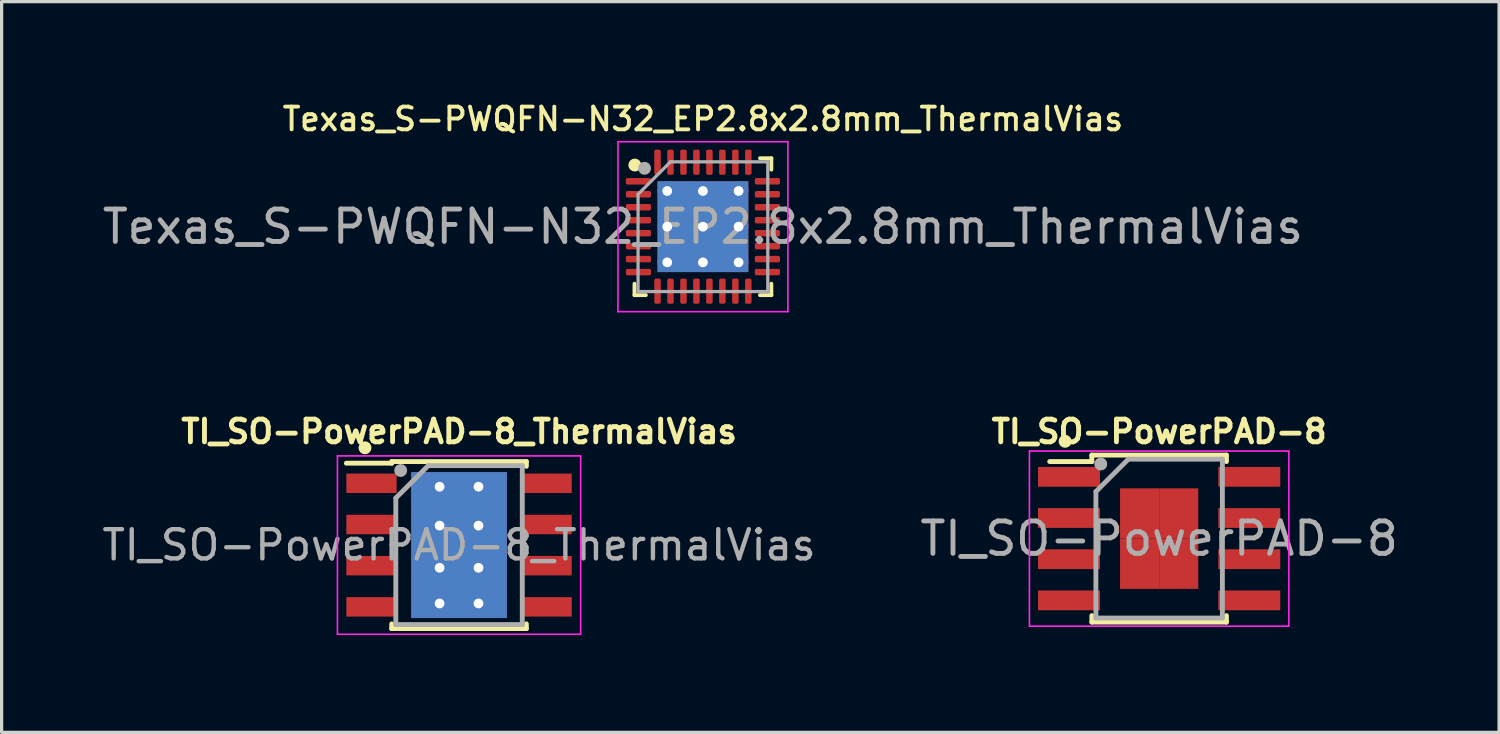
<source format=kicad_pcb>
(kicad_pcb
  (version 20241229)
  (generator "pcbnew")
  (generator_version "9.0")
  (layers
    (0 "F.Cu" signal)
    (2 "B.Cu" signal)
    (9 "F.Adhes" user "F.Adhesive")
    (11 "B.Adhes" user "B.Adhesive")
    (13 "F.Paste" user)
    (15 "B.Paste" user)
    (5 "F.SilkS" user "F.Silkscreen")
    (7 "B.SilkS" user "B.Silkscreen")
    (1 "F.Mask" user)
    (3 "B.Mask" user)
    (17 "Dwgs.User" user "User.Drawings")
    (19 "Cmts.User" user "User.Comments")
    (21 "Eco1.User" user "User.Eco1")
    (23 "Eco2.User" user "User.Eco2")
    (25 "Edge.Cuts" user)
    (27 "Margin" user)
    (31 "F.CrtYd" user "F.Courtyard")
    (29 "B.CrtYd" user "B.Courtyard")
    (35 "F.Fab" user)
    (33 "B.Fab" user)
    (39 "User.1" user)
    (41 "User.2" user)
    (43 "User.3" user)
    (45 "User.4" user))
  (footprint "TI_SO-PowerPAD-8"
    (layer "F.Cu")
    (at 32.693 13.558)
    (property "Reference" "TI_SO-PowerPAD-8" (at 0 -3.3 0) (layer "F.SilkS") (effects (font (size 0.7 0.7) (thickness 0.15))))
    (attr smd)
    (fp_line (start -2.075 -2.575) (end -2.075 -2.375) (stroke (width 0.15) (type solid)) (layer "F.SilkS"))
    (fp_line (start -2.075 -2.575) (end 2.075 -2.575) (stroke (width 0.15) (type solid)) (layer "F.SilkS"))
    (fp_line (start -2.075 -2.375) (end -3.375 -2.375) (stroke (width 0.15) (type solid)) (layer "F.SilkS"))
    (fp_line (start -2.075 2.575) (end -2.075 2.375) (stroke (width 0.15) (type solid)) (layer "F.SilkS"))
    (fp_line (start -2.075 2.575) (end 2.075 2.575) (stroke (width 0.15) (type solid)) (layer "F.SilkS"))
    (fp_line (start 2.075 -2.575) (end 2.075 -2.375) (stroke (width 0.15) (type solid)) (layer "F.SilkS"))
    (fp_line (start 2.075 2.575) (end 2.075 2.375) (stroke (width 0.15) (type solid)) (layer "F.SilkS"))
    (fp_circle (center -2.9 -3) (end -2.8 -3) (stroke (width 0.2) (type solid)) (fill no) (layer "F.SilkS"))
    (fp_line (start -4 -2.7) (end -4 2.7) (stroke (width 0.05) (type solid)) (layer "F.CrtYd"))
    (fp_line (start -4 -2.7) (end 4 -2.7) (stroke (width 0.05) (type solid)) (layer "F.CrtYd"))
    (fp_line (start -4 2.7) (end 4 2.7) (stroke (width 0.05) (type solid)) (layer "F.CrtYd"))
    (fp_line (start 4 -2.7) (end 4 2.7) (stroke (width 0.05) (type solid)) (layer "F.CrtYd"))
    (fp_line (start -1.95 -1.45) (end -0.95 -2.45) (stroke (width 0.15) (type solid)) (layer "F.Fab"))
    (fp_line (start -1.95 2.45) (end -1.95 -1.45) (stroke (width 0.15) (type solid)) (layer "F.Fab"))
    (fp_line (start -0.95 -2.45) (end 1.95 -2.45) (stroke (width 0.15) (type solid)) (layer "F.Fab"))
    (fp_line (start 1.95 -2.45) (end 1.95 2.45) (stroke (width 0.15) (type solid)) (layer "F.Fab"))
    (fp_line (start 1.95 2.45) (end -1.95 2.45) (stroke (width 0.15) (type solid)) (layer "F.Fab"))
    (fp_circle (center -1.8 -2.3) (end -1.7 -2.3) (stroke (width 0.2) (type solid)) (fill no) (layer "F.Fab"))
    (fp_text user "${REFERENCE}" (at 0 0 0) (layer "F.Fab") (effects (font (size 1 1) (thickness 0.15))))
    (pad "1" smd rect (at -2.78 -1.905) (size 1.91 0.61) (layers "F.Cu" "F.Mask" "F.Paste"))
    (pad "2" smd rect (at -2.78 -0.635) (size 1.91 0.61) (layers "F.Cu" "F.Mask" "F.Paste"))
    (pad "3" smd rect (at -2.78 0.635) (size 1.91 0.61) (layers "F.Cu" "F.Mask" "F.Paste"))
    (pad "4" smd rect (at -2.78 1.905) (size 1.91 0.61) (layers "F.Cu" "F.Mask" "F.Paste"))
    (pad "5" smd rect (at 2.78 1.905) (size 1.91 0.61) (layers "F.Cu" "F.Mask" "F.Paste"))
    (pad "6" smd rect (at 2.78 0.635) (size 1.91 0.61) (layers "F.Cu" "F.Mask" "F.Paste"))
    (pad "7" smd rect (at 2.78 -0.635) (size 1.91 0.61) (layers "F.Cu" "F.Mask" "F.Paste"))
    (pad "8" smd rect (at 2.78 -1.905) (size 1.91 0.61) (layers "F.Cu" "F.Mask" "F.Paste"))
    (pad "9" smd rect (at -0.603 -0.775) (size 1.205 1.55) (layers "F.Cu" "F.Mask" "F.Paste"))
    (pad "9" smd rect (at -0.603 0.775) (size 1.205 1.55) (layers "F.Cu" "F.Mask" "F.Paste"))
    (pad "9" smd rect (at 0.603 -0.775) (size 1.205 1.55) (layers "F.Cu" "F.Mask" "F.Paste"))
    (pad "9" smd rect (at 0.603 0.775) (size 1.205 1.55) (layers "F.Cu" "F.Mask" "F.Paste")))
  (footprint "Texas_S-PWQFN-N32_EP2.8x2.8mm_ThermalVias"
    (layer "F.Cu")
    (at 18.625 3.94)
    (property "Reference" "Texas_S-PWQFN-N32_EP2.8x2.8mm_ThermalVias" (at 0 -3.32 0) (layer "F.SilkS") (effects (font (size 0.7 0.7) (thickness 0.12))))
    (attr smd)
    (fp_line (start -2.11 2.11) (end -2.11 1.76) (stroke (width 0.12) (type solid)) (layer "F.SilkS"))
    (fp_line (start -1.76 2.11) (end -2.11 2.11) (stroke (width 0.12) (type solid)) (layer "F.SilkS"))
    (fp_line (start 1.76 -2.11) (end 2.11 -2.11) (stroke (width 0.12) (type solid)) (layer "F.SilkS"))
    (fp_line (start 1.76 2.11) (end 2.11 2.11) (stroke (width 0.12) (type solid)) (layer "F.SilkS"))
    (fp_line (start 2.11 -2.11) (end 2.11 -1.76) (stroke (width 0.12) (type solid)) (layer "F.SilkS"))
    (fp_line (start 2.11 2.11) (end 2.11 1.76) (stroke (width 0.12) (type solid)) (layer "F.SilkS"))
    (fp_circle (center -2.1 -1.9) (end -2 -1.9) (stroke (width 0.2) (type solid)) (fill no) (layer "F.SilkS"))
    (fp_line (start -2.62 -2.62) (end -2.62 2.62) (stroke (width 0.05) (type solid)) (layer "F.CrtYd"))
    (fp_line (start -2.62 2.62) (end 2.62 2.62) (stroke (width 0.05) (type solid)) (layer "F.CrtYd"))
    (fp_line (start 2.62 -2.62) (end -2.62 -2.62) (stroke (width 0.05) (type solid)) (layer "F.CrtYd"))
    (fp_line (start 2.62 2.62) (end 2.62 -2.62) (stroke (width 0.05) (type solid)) (layer "F.CrtYd"))
    (fp_line (start -2 -1) (end -1 -2) (stroke (width 0.1) (type solid)) (layer "F.Fab"))
    (fp_line (start -2 2) (end -2 -1) (stroke (width 0.1) (type solid)) (layer "F.Fab"))
    (fp_line (start -1 -2) (end 2 -2) (stroke (width 0.1) (type solid)) (layer "F.Fab"))
    (fp_line (start 2 -2) (end 2 2) (stroke (width 0.1) (type solid)) (layer "F.Fab"))
    (fp_line (start 2 2) (end -2 2) (stroke (width 0.1) (type solid)) (layer "F.Fab"))
    (fp_circle (center -1.8 -1.8) (end -1.7 -1.8) (stroke (width 0.2) (type solid)) (fill no) (layer "F.Fab"))
    (fp_text user "${REFERENCE}" (at 0 0 0) (layer "F.Fab") (effects (font (size 1 1) (thickness 0.15))))
    (pad "" smd roundrect (at -0.7 -0.7) (size 1.17 1.17) (layers "F.Paste") (roundrect_rratio 0.214))
    (pad "" smd roundrect (at -0.7 0.7) (size 1.17 1.17) (layers "F.Paste") (roundrect_rratio 0.214))
    (pad "" smd roundrect (at 0.7 -0.7) (size 1.17 1.17) (layers "F.Paste") (roundrect_rratio 0.214))
    (pad "" smd roundrect (at 0.7 0.7) (size 1.17 1.17) (layers "F.Paste") (roundrect_rratio 0.214))
    (pad "1" smd roundrect (at -1.988 -1.4) (size 0.775 0.2) (layers "F.Cu" "F.Mask" "F.Paste") (roundrect_rratio 0.25))
    (pad "2" smd roundrect (at -1.988 -1) (size 0.775 0.2) (layers "F.Cu" "F.Mask" "F.Paste") (roundrect_rratio 0.25))
    (pad "3" smd roundrect (at -1.988 -0.6) (size 0.775 0.2) (layers "F.Cu" "F.Mask" "F.Paste") (roundrect_rratio 0.25))
    (pad "4" smd roundrect (at -1.988 -0.2) (size 0.775 0.2) (layers "F.Cu" "F.Mask" "F.Paste") (roundrect_rratio 0.25))
    (pad "5" smd roundrect (at -1.988 0.2) (size 0.775 0.2) (layers "F.Cu" "F.Mask" "F.Paste") (roundrect_rratio 0.25))
    (pad "6" smd roundrect (at -1.988 0.6) (size 0.775 0.2) (layers "F.Cu" "F.Mask" "F.Paste") (roundrect_rratio 0.25))
    (pad "7" smd roundrect (at -1.988 1) (size 0.775 0.2) (layers "F.Cu" "F.Mask" "F.Paste") (roundrect_rratio 0.25))
    (pad "8" smd roundrect (at -1.988 1.4) (size 0.775 0.2) (layers "F.Cu" "F.Mask" "F.Paste") (roundrect_rratio 0.25))
    (pad "9" smd roundrect (at -1.4 1.988) (size 0.2 0.775) (layers "F.Cu" "F.Mask" "F.Paste") (roundrect_rratio 0.25))
    (pad "10" smd roundrect (at -1 1.988) (size 0.2 0.775) (layers "F.Cu" "F.Mask" "F.Paste") (roundrect_rratio 0.25))
    (pad "11" smd roundrect (at -0.6 1.988) (size 0.2 0.775) (layers "F.Cu" "F.Mask" "F.Paste") (roundrect_rratio 0.25))
    (pad "12" smd roundrect (at -0.2 1.988) (size 0.2 0.775) (layers "F.Cu" "F.Mask" "F.Paste") (roundrect_rratio 0.25))
    (pad "13" smd roundrect (at 0.2 1.988) (size 0.2 0.775) (layers "F.Cu" "F.Mask" "F.Paste") (roundrect_rratio 0.25))
    (pad "14" smd roundrect (at 0.6 1.988) (size 0.2 0.775) (layers "F.Cu" "F.Mask" "F.Paste") (roundrect_rratio 0.25))
    (pad "15" smd roundrect (at 1 1.988) (size 0.2 0.775) (layers "F.Cu" "F.Mask" "F.Paste") (roundrect_rratio 0.25))
    (pad "16" smd roundrect (at 1.4 1.988) (size 0.2 0.775) (layers "F.Cu" "F.Mask" "F.Paste") (roundrect_rratio 0.25))
    (pad "17" smd roundrect (at 1.988 1.4) (size 0.775 0.2) (layers "F.Cu" "F.Mask" "F.Paste") (roundrect_rratio 0.25))
    (pad "18" smd roundrect (at 1.988 1) (size 0.775 0.2) (layers "F.Cu" "F.Mask" "F.Paste") (roundrect_rratio 0.25))
    (pad "19" smd roundrect (at 1.988 0.6) (size 0.775 0.2) (layers "F.Cu" "F.Mask" "F.Paste") (roundrect_rratio 0.25))
    (pad "20" smd roundrect (at 1.988 0.2) (size 0.775 0.2) (layers "F.Cu" "F.Mask" "F.Paste") (roundrect_rratio 0.25))
    (pad "21" smd roundrect (at 1.988 -0.2) (size 0.775 0.2) (layers "F.Cu" "F.Mask" "F.Paste") (roundrect_rratio 0.25))
    (pad "22" smd roundrect (at 1.988 -0.6) (size 0.775 0.2) (layers "F.Cu" "F.Mask" "F.Paste") (roundrect_rratio 0.25))
    (pad "23" smd roundrect (at 1.988 -1) (size 0.775 0.2) (layers "F.Cu" "F.Mask" "F.Paste") (roundrect_rratio 0.25))
    (pad "24" smd roundrect (at 1.988 -1.4) (size 0.775 0.2) (layers "F.Cu" "F.Mask" "F.Paste") (roundrect_rratio 0.25))
    (pad "25" smd roundrect (at 1.4 -1.988) (size 0.2 0.775) (layers "F.Cu" "F.Mask" "F.Paste") (roundrect_rratio 0.25))
    (pad "26" smd roundrect (at 1 -1.988) (size 0.2 0.775) (layers "F.Cu" "F.Mask" "F.Paste") (roundrect_rratio 0.25))
    (pad "27" smd roundrect (at 0.6 -1.988) (size 0.2 0.775) (layers "F.Cu" "F.Mask" "F.Paste") (roundrect_rratio 0.25))
    (pad "28" smd roundrect (at 0.2 -1.988) (size 0.2 0.775) (layers "F.Cu" "F.Mask" "F.Paste") (roundrect_rratio 0.25))
    (pad "29" smd roundrect (at -0.2 -1.988) (size 0.2 0.775) (layers "F.Cu" "F.Mask" "F.Paste") (roundrect_rratio 0.25))
    (pad "30" smd roundrect (at -0.6 -1.988) (size 0.2 0.775) (layers "F.Cu" "F.Mask" "F.Paste") (roundrect_rratio 0.25))
    (pad "31" smd roundrect (at -1 -1.988) (size 0.2 0.775) (layers "F.Cu" "F.Mask" "F.Paste") (roundrect_rratio 0.25))
    (pad "32" smd roundrect (at -1.4 -1.988) (size 0.2 0.775) (layers "F.Cu" "F.Mask" "F.Paste") (roundrect_rratio 0.25))
    (pad "33" thru_hole circle (at -1.1 -1.1) (size 0.6 0.6) (drill 0.3) (layers "*.Cu"))
    (pad "33" thru_hole circle (at -1.1 0) (size 0.6 0.6) (drill 0.3) (layers "*.Cu"))
    (pad "33" thru_hole circle (at -1.1 1.1) (size 0.6 0.6) (drill 0.3) (layers "*.Cu"))
    (pad "33" thru_hole circle (at 0 -1.1) (size 0.6 0.6) (drill 0.3) (layers "*.Cu"))
    (pad "33" thru_hole circle (at 0 0) (size 0.6 0.6) (drill 0.3) (layers "*.Cu"))
    (pad "33" smd rect (at 0 0) (size 2.8 2.8) (layers "F.Cu" "F.Mask"))
    (pad "33" smd rect (at 0 0) (size 2.8 2.8) (layers "B.Cu"))
    (pad "33" thru_hole circle (at 0 1.1) (size 0.6 0.6) (drill 0.3) (layers "*.Cu"))
    (pad "33" thru_hole circle (at 1.1 -1.1) (size 0.6 0.6) (drill 0.3) (layers "*.Cu"))
    (pad "33" thru_hole circle (at 1.1 0) (size 0.6 0.6) (drill 0.3) (layers "*.Cu"))
    (pad "33" thru_hole circle (at 1.1 1.1) (size 0.6 0.6) (drill 0.3) (layers "*.Cu")))
  (footprint "TI_SO-PowerPAD-8_ThermalVias"
    (layer "F.Cu")
    (at 11.105 13.758)
    (property "Reference" "TI_SO-PowerPAD-8_ThermalVias" (at 0 -3.5 0) (layer "F.SilkS") (effects (font (size 0.7 0.7) (thickness 0.15))))
    (attr smd)
    (fp_line (start -2.075 -2.575) (end -2.075 -2.525) (stroke (width 0.15) (type solid)) (layer "F.SilkS"))
    (fp_line (start -2.075 -2.575) (end 2.075 -2.575) (stroke (width 0.15) (type solid)) (layer "F.SilkS"))
    (fp_line (start -2.075 -2.525) (end -3.475 -2.525) (stroke (width 0.15) (type solid)) (layer "F.SilkS"))
    (fp_line (start -2.075 2.575) (end -2.075 2.43) (stroke (width 0.15) (type solid)) (layer "F.SilkS"))
    (fp_line (start -2.075 2.575) (end 2.075 2.575) (stroke (width 0.15) (type solid)) (layer "F.SilkS"))
    (fp_line (start 2.075 -2.575) (end 2.075 -2.43) (stroke (width 0.15) (type solid)) (layer "F.SilkS"))
    (fp_line (start 2.075 2.575) (end 2.075 2.43) (stroke (width 0.15) (type solid)) (layer "F.SilkS"))
    (fp_circle (center -2.9 -3) (end -2.8 -3) (stroke (width 0.2) (type solid)) (fill no) (layer "F.SilkS"))
    (fp_line (start -3.75 -2.75) (end -3.75 2.75) (stroke (width 0.05) (type solid)) (layer "F.CrtYd"))
    (fp_line (start -3.75 -2.75) (end 3.75 -2.75) (stroke (width 0.05) (type solid)) (layer "F.CrtYd"))
    (fp_line (start -3.75 2.75) (end 3.75 2.75) (stroke (width 0.05) (type solid)) (layer "F.CrtYd"))
    (fp_line (start 3.75 -2.75) (end 3.75 2.75) (stroke (width 0.05) (type solid)) (layer "F.CrtYd"))
    (fp_line (start -1.95 -1.45) (end -0.95 -2.45) (stroke (width 0.15) (type solid)) (layer "F.Fab"))
    (fp_line (start -1.95 2.45) (end -1.95 -1.45) (stroke (width 0.15) (type solid)) (layer "F.Fab"))
    (fp_line (start -0.95 -2.45) (end 1.95 -2.45) (stroke (width 0.15) (type solid)) (layer "F.Fab"))
    (fp_line (start 1.95 -2.45) (end 1.95 2.45) (stroke (width 0.15) (type solid)) (layer "F.Fab"))
    (fp_line (start 1.95 2.45) (end -1.95 2.45) (stroke (width 0.15) (type solid)) (layer "F.Fab"))
    (fp_circle (center -1.8 -2.3) (end -1.7 -2.3) (stroke (width 0.2) (type solid)) (fill no) (layer "F.Fab"))
    (fp_text user "${REFERENCE}" (at 0 0 0) (layer "F.Fab") (effects (font (size 0.9 0.9) (thickness 0.135))))
    (pad "1" smd rect (at -2.7 -1.905) (size 1.55 0.6) (layers "F.Cu" "F.Mask" "F.Paste"))
    (pad "2" smd rect (at -2.7 -0.635) (size 1.55 0.6) (layers "F.Cu" "F.Mask" "F.Paste"))
    (pad "3" smd rect (at -2.7 0.635) (size 1.55 0.6) (layers "F.Cu" "F.Mask" "F.Paste"))
    (pad "4" smd rect (at -2.7 1.905) (size 1.55 0.6) (layers "F.Cu" "F.Mask" "F.Paste"))
    (pad "5" smd rect (at 2.7 1.905) (size 1.55 0.6) (layers "F.Cu" "F.Mask" "F.Paste"))
    (pad "6" smd rect (at 2.7 0.635) (size 1.55 0.6) (layers "F.Cu" "F.Mask" "F.Paste"))
    (pad "7" smd rect (at 2.7 -0.635) (size 1.55 0.6) (layers "F.Cu" "F.Mask" "F.Paste"))
    (pad "8" smd rect (at 2.7 -1.905) (size 1.55 0.6) (layers "F.Cu" "F.Mask" "F.Paste"))
    (pad "9" thru_hole circle (at -0.6 -1.8) (size 0.6 0.6) (drill 0.3) (layers "*.Cu"))
    (pad "9" thru_hole circle (at -0.6 -0.6) (size 0.6 0.6) (drill 0.3) (layers "*.Cu"))
    (pad "9" thru_hole circle (at -0.6 0.7) (size 0.6 0.6) (drill 0.3) (layers "*.Cu"))
    (pad "9" thru_hole circle (at -0.6 1.8) (size 0.6 0.6) (drill 0.3) (layers "*.Cu"))
    (pad "9" smd rect (at 0 0) (size 2.6 3.1) (layers "F.Cu" "F.Mask" "F.Paste"))
    (pad "9" smd rect (at 0 0) (size 2.95 4.5) (layers "F.Cu"))
    (pad "9" smd rect (at 0 0) (size 2.95 4.5) (layers "B.Cu"))
    (pad "9" thru_hole circle (at 0.6 -1.8) (size 0.6 0.6) (drill 0.3) (layers "*.Cu"))
    (pad "9" thru_hole circle (at 0.6 -0.6) (size 0.6 0.6) (drill 0.3) (layers "*.Cu"))
    (pad "9" thru_hole circle (at 0.6 0.7) (size 0.6 0.6) (drill 0.3) (layers "*.Cu"))
    (pad "9" thru_hole circle (at 0.6 1.8) (size 0.6 0.6) (drill 0.3) (layers "*.Cu")))
  (gr_rect
    (start -3 -3)
    (end 43.175 19.533)
    (stroke (width 0.1) (type default))
    (fill no)
    (layer "Edge.Cuts")))
</source>
